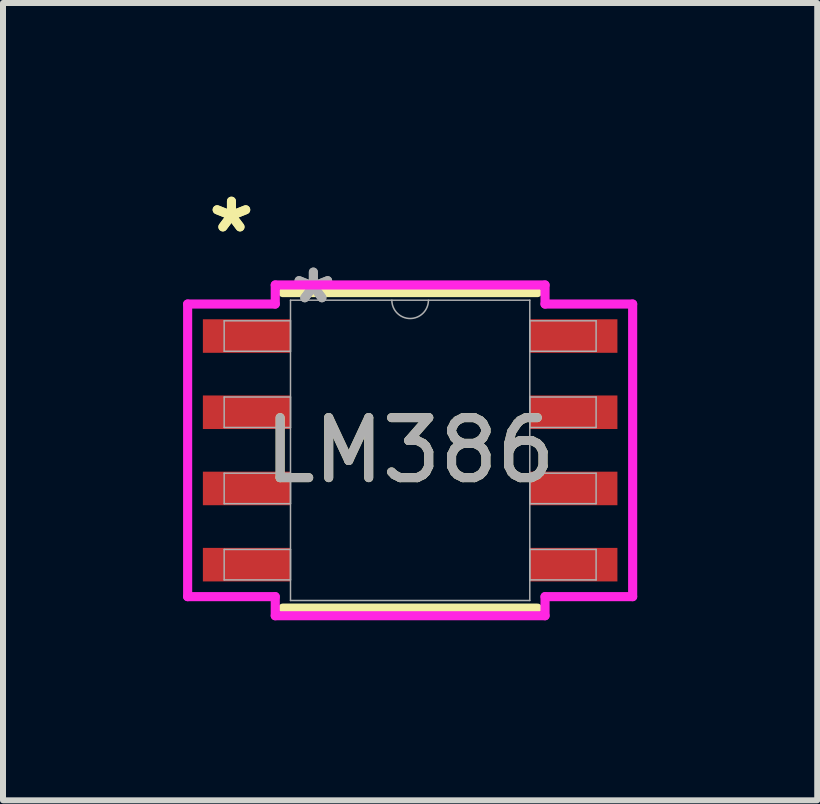
<source format=kicad_pcb>
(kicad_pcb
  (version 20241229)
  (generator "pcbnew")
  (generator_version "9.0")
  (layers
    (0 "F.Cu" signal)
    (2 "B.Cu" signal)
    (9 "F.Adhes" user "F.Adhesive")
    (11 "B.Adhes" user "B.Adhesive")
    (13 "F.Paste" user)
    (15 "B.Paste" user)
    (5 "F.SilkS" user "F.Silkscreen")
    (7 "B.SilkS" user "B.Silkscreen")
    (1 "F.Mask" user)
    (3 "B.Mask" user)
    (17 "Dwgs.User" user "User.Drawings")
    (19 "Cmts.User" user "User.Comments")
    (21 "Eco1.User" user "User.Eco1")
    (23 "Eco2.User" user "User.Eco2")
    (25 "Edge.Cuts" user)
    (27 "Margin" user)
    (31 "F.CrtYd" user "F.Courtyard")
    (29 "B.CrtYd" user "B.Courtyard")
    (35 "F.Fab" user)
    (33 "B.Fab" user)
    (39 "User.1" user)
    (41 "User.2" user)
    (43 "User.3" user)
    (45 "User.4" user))
  (footprint "LM386"
    (layer "F.Cu")
    (at 3.785 4.455)
    (property "Reference" "LM386" (at 0 0 0) (unlocked yes) (layer "F.SilkS") (effects (font (size 1 1) (thickness 0.15))))
    (attr smd)
    (fp_line (start -2.121 2.629) (end 2.121 2.629) (stroke (width 0.152) (type solid)) (layer "F.SilkS"))
    (fp_line (start 2.121 -2.629) (end -2.121 -2.629) (stroke (width 0.152) (type solid)) (layer "F.SilkS"))
    (fp_line (start -3.708 -2.438) (end -2.248 -2.438) (stroke (width 0.152) (type solid)) (layer "F.CrtYd"))
    (fp_line (start -3.708 2.438) (end -3.708 -2.438) (stroke (width 0.152) (type solid)) (layer "F.CrtYd"))
    (fp_line (start -3.708 2.438) (end -2.248 2.438) (stroke (width 0.152) (type solid)) (layer "F.CrtYd"))
    (fp_line (start -2.248 -2.756) (end 2.248 -2.756) (stroke (width 0.152) (type solid)) (layer "F.CrtYd"))
    (fp_line (start -2.248 -2.438) (end -2.248 -2.756) (stroke (width 0.152) (type solid)) (layer "F.CrtYd"))
    (fp_line (start -2.248 2.756) (end -2.248 2.438) (stroke (width 0.152) (type solid)) (layer "F.CrtYd"))
    (fp_line (start 2.248 -2.756) (end 2.248 -2.438) (stroke (width 0.152) (type solid)) (layer "F.CrtYd"))
    (fp_line (start 2.248 2.438) (end 2.248 2.756) (stroke (width 0.152) (type solid)) (layer "F.CrtYd"))
    (fp_line (start 2.248 2.756) (end -2.248 2.756) (stroke (width 0.152) (type solid)) (layer "F.CrtYd"))
    (fp_line (start 3.708 -2.438) (end 2.248 -2.438) (stroke (width 0.152) (type solid)) (layer "F.CrtYd"))
    (fp_line (start 3.708 -2.438) (end 3.708 2.438) (stroke (width 0.152) (type solid)) (layer "F.CrtYd"))
    (fp_line (start 3.708 2.438) (end 2.248 2.438) (stroke (width 0.152) (type solid)) (layer "F.CrtYd"))
    (fp_line (start -3.099 -2.159) (end -3.099 -1.651) (stroke (width 0.025) (type solid)) (layer "F.Fab"))
    (fp_line (start -3.099 -1.651) (end -1.994 -1.651) (stroke (width 0.025) (type solid)) (layer "F.Fab"))
    (fp_line (start -3.099 -0.889) (end -3.099 -0.381) (stroke (width 0.025) (type solid)) (layer "F.Fab"))
    (fp_line (start -3.099 -0.381) (end -1.994 -0.381) (stroke (width 0.025) (type solid)) (layer "F.Fab"))
    (fp_line (start -3.099 0.381) (end -3.099 0.889) (stroke (width 0.025) (type solid)) (layer "F.Fab"))
    (fp_line (start -3.099 0.889) (end -1.994 0.889) (stroke (width 0.025) (type solid)) (layer "F.Fab"))
    (fp_line (start -3.099 1.651) (end -3.099 2.159) (stroke (width 0.025) (type solid)) (layer "F.Fab"))
    (fp_line (start -3.099 2.159) (end -1.994 2.159) (stroke (width 0.025) (type solid)) (layer "F.Fab"))
    (fp_line (start -1.994 -2.502) (end -1.994 2.502) (stroke (width 0.025) (type solid)) (layer "F.Fab"))
    (fp_line (start -1.994 -2.159) (end -3.099 -2.159) (stroke (width 0.025) (type solid)) (layer "F.Fab"))
    (fp_line (start -1.994 -1.651) (end -1.994 -2.159) (stroke (width 0.025) (type solid)) (layer "F.Fab"))
    (fp_line (start -1.994 -0.889) (end -3.099 -0.889) (stroke (width 0.025) (type solid)) (layer "F.Fab"))
    (fp_line (start -1.994 -0.381) (end -1.994 -0.889) (stroke (width 0.025) (type solid)) (layer "F.Fab"))
    (fp_line (start -1.994 0.381) (end -3.099 0.381) (stroke (width 0.025) (type solid)) (layer "F.Fab"))
    (fp_line (start -1.994 0.889) (end -1.994 0.381) (stroke (width 0.025) (type solid)) (layer "F.Fab"))
    (fp_line (start -1.994 1.651) (end -3.099 1.651) (stroke (width 0.025) (type solid)) (layer "F.Fab"))
    (fp_line (start -1.994 2.159) (end -1.994 1.651) (stroke (width 0.025) (type solid)) (layer "F.Fab"))
    (fp_line (start -1.994 2.502) (end 1.994 2.502) (stroke (width 0.025) (type solid)) (layer "F.Fab"))
    (fp_line (start 1.994 -2.502) (end -1.994 -2.502) (stroke (width 0.025) (type solid)) (layer "F.Fab"))
    (fp_line (start 1.994 -2.159) (end 1.994 -1.651) (stroke (width 0.025) (type solid)) (layer "F.Fab"))
    (fp_line (start 1.994 -1.651) (end 3.099 -1.651) (stroke (width 0.025) (type solid)) (layer "F.Fab"))
    (fp_line (start 1.994 -0.889) (end 1.994 -0.381) (stroke (width 0.025) (type solid)) (layer "F.Fab"))
    (fp_line (start 1.994 -0.381) (end 3.099 -0.381) (stroke (width 0.025) (type solid)) (layer "F.Fab"))
    (fp_line (start 1.994 0.381) (end 1.994 0.889) (stroke (width 0.025) (type solid)) (layer "F.Fab"))
    (fp_line (start 1.994 0.889) (end 3.099 0.889) (stroke (width 0.025) (type solid)) (layer "F.Fab"))
    (fp_line (start 1.994 1.651) (end 1.994 2.159) (stroke (width 0.025) (type solid)) (layer "F.Fab"))
    (fp_line (start 1.994 2.159) (end 3.099 2.159) (stroke (width 0.025) (type solid)) (layer "F.Fab"))
    (fp_line (start 1.994 2.502) (end 1.994 -2.502) (stroke (width 0.025) (type solid)) (layer "F.Fab"))
    (fp_line (start 3.099 -2.159) (end 1.994 -2.159) (stroke (width 0.025) (type solid)) (layer "F.Fab"))
    (fp_line (start 3.099 -1.651) (end 3.099 -2.159) (stroke (width 0.025) (type solid)) (layer "F.Fab"))
    (fp_line (start 3.099 -0.889) (end 1.994 -0.889) (stroke (width 0.025) (type solid)) (layer "F.Fab"))
    (fp_line (start 3.099 -0.381) (end 3.099 -0.889) (stroke (width 0.025) (type solid)) (layer "F.Fab"))
    (fp_line (start 3.099 0.381) (end 1.994 0.381) (stroke (width 0.025) (type solid)) (layer "F.Fab"))
    (fp_line (start 3.099 0.889) (end 3.099 0.381) (stroke (width 0.025) (type solid)) (layer "F.Fab"))
    (fp_line (start 3.099 1.651) (end 1.994 1.651) (stroke (width 0.025) (type solid)) (layer "F.Fab"))
    (fp_line (start 3.099 2.159) (end 3.099 1.651) (stroke (width 0.025) (type solid)) (layer "F.Fab"))
    (fp_arc (start 0.3048 -2.5019) (mid 0 -2.1971) (end -0.3048 -2.5019) (stroke (width 0.0254) (type solid)) (layer "F.Fab"))
    (fp_text user "*" (at -2.978 -3.607 0) (layer "F.SilkS") (effects (font (size 1 1) (thickness 0.15))))
    (fp_text user "*" (at -2.978 -3.607 0) (unlocked yes) (layer "F.SilkS") (effects (font (size 1 1) (thickness 0.15))))
    (fp_text user "*" (at -1.613 -2.426 0) (layer "F.Fab") (effects (font (size 1 1) (thickness 0.15))))
    (fp_text user "*" (at -1.613 -2.426 0) (unlocked yes) (layer "F.Fab") (effects (font (size 1 1) (thickness 0.15))))
    (fp_text user "${REFERENCE}" (at 0 0 0) (unlocked yes) (layer "F.Fab") (effects (font (size 1 1) (thickness 0.15))))
    (pad "1" smd rect (at -2.724 -1.905) (size 1.46 0.559) (layers "F.Cu" "F.Mask" "F.Paste"))
    (pad "2" smd rect (at -2.724 -0.635) (size 1.46 0.559) (layers "F.Cu" "F.Mask" "F.Paste"))
    (pad "3" smd rect (at -2.724 0.635) (size 1.46 0.559) (layers "F.Cu" "F.Mask" "F.Paste"))
    (pad "4" smd rect (at -2.724 1.905) (size 1.46 0.559) (layers "F.Cu" "F.Mask" "F.Paste"))
    (pad "5" smd rect (at 2.724 1.905) (size 1.46 0.559) (layers "F.Cu" "F.Mask" "F.Paste"))
    (pad "6" smd rect (at 2.724 0.635) (size 1.46 0.559) (layers "F.Cu" "F.Mask" "F.Paste"))
    (pad "7" smd rect (at 2.724 -0.635) (size 1.46 0.559) (layers "F.Cu" "F.Mask" "F.Paste"))
    (pad "8" smd rect (at 2.724 -1.905) (size 1.46 0.559) (layers "F.Cu" "F.Mask" "F.Paste")))
  (gr_rect
    (start -3 -3)
    (end 10.569 10.287)
    (stroke (width 0.1) (type default))
    (fill no)
    (layer "Edge.Cuts")))
</source>
